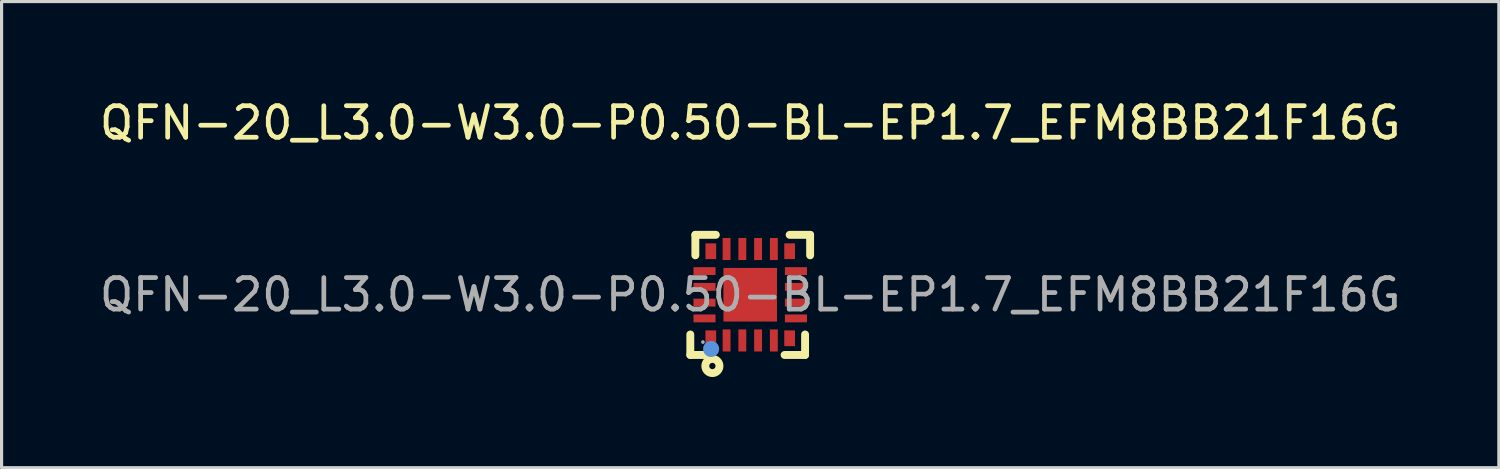
<source format=kicad_pcb>
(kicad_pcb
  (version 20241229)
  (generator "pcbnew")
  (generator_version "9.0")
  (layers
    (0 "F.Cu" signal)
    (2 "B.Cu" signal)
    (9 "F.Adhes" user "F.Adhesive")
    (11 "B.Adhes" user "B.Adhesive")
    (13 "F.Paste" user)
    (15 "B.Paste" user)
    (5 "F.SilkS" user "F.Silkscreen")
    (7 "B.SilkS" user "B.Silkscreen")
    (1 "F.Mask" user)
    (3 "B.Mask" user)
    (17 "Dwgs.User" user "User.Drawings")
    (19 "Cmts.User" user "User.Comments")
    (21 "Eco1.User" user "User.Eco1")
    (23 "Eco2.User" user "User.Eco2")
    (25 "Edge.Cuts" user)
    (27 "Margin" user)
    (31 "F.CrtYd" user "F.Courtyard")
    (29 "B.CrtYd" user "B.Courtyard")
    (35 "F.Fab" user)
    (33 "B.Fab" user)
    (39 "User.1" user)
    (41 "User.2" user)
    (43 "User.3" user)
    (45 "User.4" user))
  (footprint "QFN-20_L3.0-W3.0-P0.50-BL-EP1.7_EFM8BB21F16G"
    (layer "F.Cu")
    (at 20.744 6.298)
    (property "Reference" "QFN-20_L3.0-W3.0-P0.50-BL-EP1.7_EFM8BB21F16G" (at 0 -5.45 0) (layer "F.SilkS") (effects (font (size 1 1) (thickness 0.15))))
    (attr smd)
    (fp_line (start -1.9 1.91) (end -1.9 1.26) (stroke (width 0.25) (type solid)) (layer "F.SilkS"))
    (fp_line (start -1.9 1.91) (end -1.25 1.91) (stroke (width 0.25) (type solid)) (layer "F.SilkS"))
    (fp_line (start -1.74 -1.9) (end -1.74 -1.25) (stroke (width 0.25) (type solid)) (layer "F.SilkS"))
    (fp_line (start -1.74 -1.9) (end -1.09 -1.9) (stroke (width 0.25) (type solid)) (layer "F.SilkS"))
    (fp_line (start 1.74 1.91) (end 1.09 1.91) (stroke (width 0.25) (type solid)) (layer "F.SilkS"))
    (fp_line (start 1.74 1.91) (end 1.74 1.26) (stroke (width 0.25) (type solid)) (layer "F.SilkS"))
    (fp_line (start 1.9 -1.9) (end 1.25 -1.9) (stroke (width 0.25) (type solid)) (layer "F.SilkS"))
    (fp_line (start 1.9 -1.9) (end 1.9 -1.25) (stroke (width 0.25) (type solid)) (layer "F.SilkS"))
    (fp_circle (center -1.2 2.26) (end -1.1 2.26) (stroke (width 0.25) (type solid)) (fill no) (layer "F.SilkS"))
    (fp_circle (center -1.24 1.72) (end -1.11 1.72) (stroke (width 0.25) (type solid)) (fill no) (layer "Cmts.User"))
    (fp_circle (center -1.5 1.5) (end -1.47 1.5) (stroke (width 0.06) (type solid)) (fill no) (layer "F.Fab"))
    (fp_text user "${REFERENCE}" (at 0 0 0) (layer "F.Fab") (effects (font (size 1 1) (thickness 0.15))))
    (pad "1" smd rect (at -1.25 1.38) (size 0.34 0.5) (layers "F.Cu" "F.Mask" "F.Paste"))
    (pad "2" smd rect (at -0.75 1.45) (size 0.25 0.7) (layers "F.Cu" "F.Mask" "F.Paste"))
    (pad "3" smd rect (at -0.25 1.45) (size 0.25 0.7) (layers "F.Cu" "F.Mask" "F.Paste"))
    (pad "4" smd rect (at 0.25 1.45) (size 0.25 0.7) (layers "F.Cu" "F.Mask" "F.Paste"))
    (pad "5" smd rect (at 0.75 1.45) (size 0.25 0.7) (layers "F.Cu" "F.Mask" "F.Paste"))
    (pad "6" smd rect (at 1.25 1.38) (size 0.34 0.5) (layers "F.Cu" "F.Mask" "F.Paste"))
    (pad "7" smd rect (at 1.45 0.75) (size 0.7 0.25) (layers "F.Cu" "F.Mask" "F.Paste"))
    (pad "8" smd rect (at 1.45 0.25) (size 0.7 0.25) (layers "F.Cu" "F.Mask" "F.Paste"))
    (pad "9" smd rect (at 1.45 -0.25) (size 0.7 0.25) (layers "F.Cu" "F.Mask" "F.Paste"))
    (pad "10" smd rect (at 1.45 -0.75) (size 0.7 0.25) (layers "F.Cu" "F.Mask" "F.Paste"))
    (pad "11" smd rect (at 1.25 -1.38) (size 0.34 0.5) (layers "F.Cu" "F.Mask" "F.Paste"))
    (pad "12" smd rect (at 0.75 -1.45) (size 0.25 0.7) (layers "F.Cu" "F.Mask" "F.Paste"))
    (pad "13" smd rect (at 0.25 -1.45) (size 0.25 0.7) (layers "F.Cu" "F.Mask" "F.Paste"))
    (pad "14" smd rect (at -0.25 -1.45) (size 0.25 0.7) (layers "F.Cu" "F.Mask" "F.Paste"))
    (pad "15" smd rect (at -0.75 -1.45) (size 0.25 0.7) (layers "F.Cu" "F.Mask" "F.Paste"))
    (pad "16" smd rect (at -1.25 -1.38) (size 0.34 0.5) (layers "F.Cu" "F.Mask" "F.Paste"))
    (pad "17" smd rect (at -1.45 -0.75) (size 0.7 0.25) (layers "F.Cu" "F.Mask" "F.Paste"))
    (pad "18" smd rect (at -1.45 -0.25) (size 0.7 0.25) (layers "F.Cu" "F.Mask" "F.Paste"))
    (pad "19" smd rect (at -1.45 0.25) (size 0.7 0.25) (layers "F.Cu" "F.Mask" "F.Paste"))
    (pad "20" smd rect (at -1.45 0.75) (size 0.7 0.25) (layers "F.Cu" "F.Mask" "F.Paste"))
    (pad "21" smd rect (at 0 0) (size 1.7 1.7) (layers "F.Cu" "F.Mask" "F.Paste")))
  (gr_rect
    (start -3 -3)
    (end 44.488 11.783)
    (stroke (width 0.1) (type default))
    (fill no)
    (layer "Edge.Cuts")))
</source>
